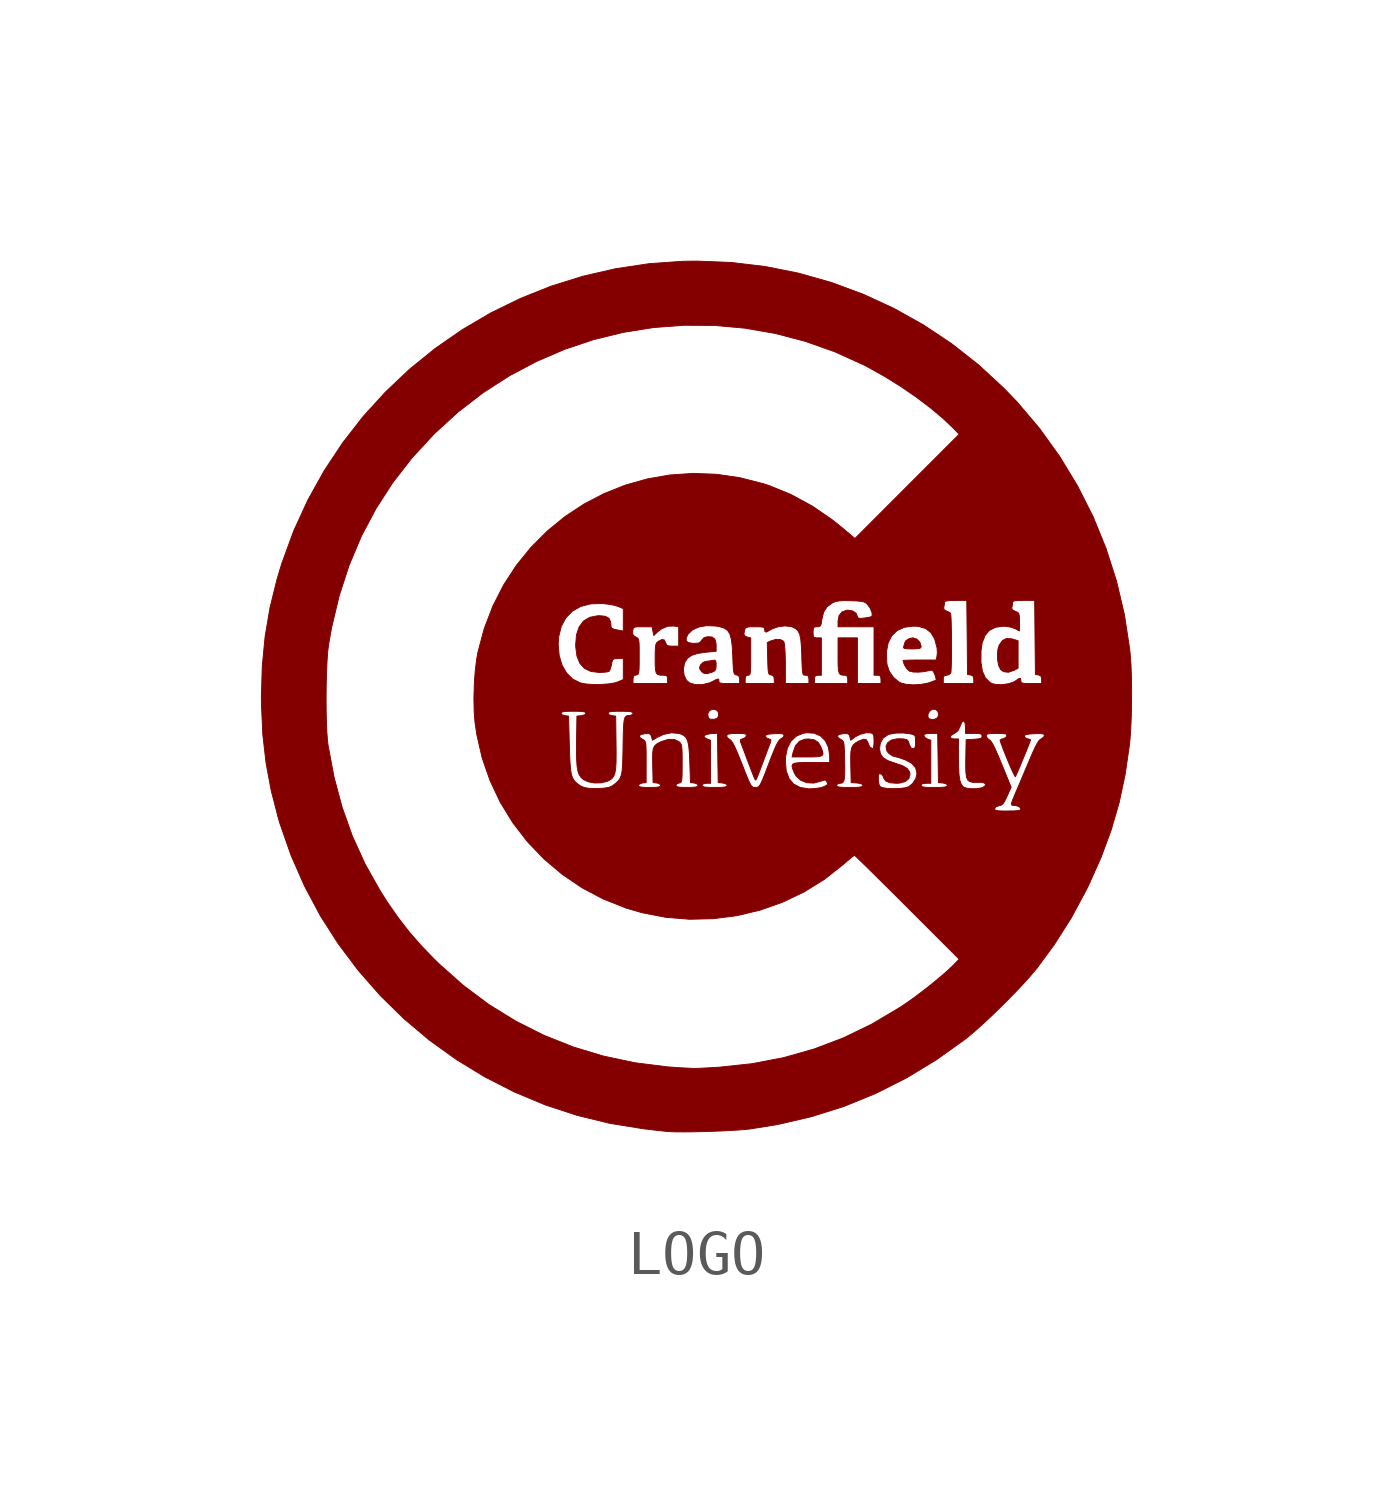
<source format=kicad_sym>
(kicad_symbol_lib
  (version 20220914)
  (generator "bitmap2component")
  (generator_version "8.0")
  (symbol "LOGO"
    (pin_names
      (offset 1.016))
    (property "Reference" "#G"
      (at 0 9.335 0)
      (effects (font (size 1.27 1.27)) hide))
    (symbol "LOGO_0_0"
      (polyline (pts (xy -0.07 -9.989) (xy 0.173 -9.983) (xy 0.422 -9.975) (xy 0.665 -9.965) (xy 0.888 -9.952) (xy 1.078 -9.938) (xy 1.222 -9.924) (xy 1.859 -9.821) (xy 2.634 -9.641) (xy 3.383 -9.404) (xy 4.109 -9.107) (xy 4.812 -8.752) (xy 5.495 -8.337) (xy 6.16 -7.862) (xy 6.209 -7.823) (xy 6.389 -7.671) (xy 6.595 -7.485) (xy 6.818 -7.275) (xy 7.046 -7.052) (xy 7.269 -6.826) (xy 7.476 -6.608) (xy 7.655 -6.409) (xy 7.798 -6.239) (xy 8.197 -5.696) (xy 8.591 -5.075) (xy 8.938 -4.429) (xy 8.985 -4.333) (xy 9.269 -3.697) (xy 9.5 -3.072) (xy 9.683 -2.442) (xy 9.821 -1.793) (xy 9.92 -1.111) (xy 9.931 -1.002) (xy 9.949 -0.75) (xy 9.961 -0.461) (xy 9.967 -0.151) (xy 9.968 0.162) (xy 9.964 0.462) (xy 9.953 0.733) (xy 9.936 0.957) (xy 9.923 1.082) (xy 9.803 1.866) (xy 9.622 2.635) (xy 9.381 3.386) (xy 9.084 4.114) (xy 8.729 4.816) (xy 8.32 5.49) (xy 7.859 6.132) (xy 7.345 6.738) (xy 7.044 7.051) (xy 6.464 7.587) (xy 5.848 8.072) (xy 5.199 8.505) (xy 4.52 8.885) (xy 3.814 9.21) (xy 3.085 9.48) (xy 2.336 9.692) (xy 1.57 9.845) (xy 0.79 9.938) (xy 0 9.969) (xy -0.308 9.965) (xy -1.09 9.91) (xy -1.857 9.795) (xy -2.606 9.623) (xy -3.336 9.395) (xy -4.042 9.113) (xy -4.723 8.78) (xy -5.375 8.396) (xy -5.997 7.965) (xy -6.584 7.489) (xy -7.134 6.968) (xy -7.645 6.407) (xy -8.114 5.805) (xy -8.537 5.166) (xy -8.913 4.491) (xy -9.238 3.783) (xy -9.509 3.043) (xy -9.62 2.676) (xy -9.781 2.022) (xy -9.893 1.362) (xy -9.958 0.682) (xy -9.978 -0.015) (xy -8.495 -0.015) (xy -8.492 0.274) (xy -8.484 0.552) (xy -8.473 0.806) (xy -8.457 1.023) (xy -8.436 1.191) (xy -8.37 1.562) (xy -8.195 2.296) (xy -7.968 2.995) (xy -7.688 3.66) (xy -7.354 4.291) (xy -6.967 4.891) (xy -6.524 5.46) (xy -6.027 5.999) (xy -6.006 6.02) (xy -5.467 6.512) (xy -4.896 6.952) (xy -4.296 7.338) (xy -3.671 7.669) (xy -3.025 7.947) (xy -2.361 8.169) (xy -1.683 8.335) (xy -0.994 8.445) (xy -0.298 8.498) (xy 0.401 8.494) (xy 1.1 8.432) (xy 1.796 8.311) (xy 2.485 8.13) (xy 3.162 7.891) (xy 3.826 7.59) (xy 3.951 7.525) (xy 4.31 7.323) (xy 4.67 7.099) (xy 5.019 6.86) (xy 5.343 6.616) (xy 5.632 6.375) (xy 5.873 6.147) (xy 6.015 6) (xy 4.82 4.805) (xy 3.626 3.61) (xy 3.345 3.848) (xy 3.114 4.034) (xy 2.647 4.355) (xy 2.16 4.619) (xy 1.659 4.824) (xy 1.534 4.865) (xy 0.992 5.004) (xy 0.45 5.083) (xy -0.088 5.103) (xy -0.618 5.066) (xy -1.136 4.976) (xy -1.64 4.833) (xy -2.124 4.64) (xy -2.586 4.399) (xy -3.021 4.112) (xy -3.426 3.781) (xy -3.797 3.409) (xy -4.131 2.998) (xy -4.424 2.549) (xy -4.671 2.065) (xy -4.87 1.548) (xy -4.969 1.177) (xy -3.175 1.177) (xy -3.164 1.355) (xy -3.105 1.594) (xy -3 1.791) (xy -2.85 1.945) (xy -2.658 2.053) (xy -2.428 2.112) (xy -2.162 2.119) (xy -2.158 2.119) (xy -2.021 2.104) (xy -1.893 2.08) (xy -1.801 2.053) (xy -1.683 2.003) (xy -1.683 1.746) (xy -1.683 1.492) (xy -1.467 1.492) (xy -1.463 1.52) (xy -1.45 1.559) (xy -1.418 1.579) (xy -1.352 1.587) (xy -1.239 1.587) (xy -1.024 1.587) (xy -1.004 1.487) (xy -0.984 1.386) (xy -0.897 1.469) (xy -0.809 1.538) (xy -0.663 1.6) (xy -0.516 1.604) (xy -0.413 1.585) (xy -0.413 1.364) (xy -0.413 1.143) (xy -0.552 1.143) (xy -0.566 1.143) (xy -0.649 1.149) (xy -0.691 1.172) (xy -0.712 1.222) (xy -0.743 1.286) (xy -0.798 1.296) (xy -0.882 1.252) (xy -0.891 1.246) (xy -0.919 1.218) (xy -0.937 1.179) (xy -0.947 1.114) (xy -0.952 1.012) (xy -0.953 0.859) (xy -0.952 0.713) (xy -0.946 0.607) (xy -0.306 0.607) (xy -0.282 0.746) (xy -0.274 0.767) (xy -0.214 0.862) (xy -0.119 0.93) (xy 0.021 0.976) (xy 0.215 1.004) (xy 0.445 1.025) (xy 0.445 1.16) (xy 0.443 1.207) (xy 0.416 1.304) (xy 0.353 1.353) (xy 0.248 1.359) (xy 0.167 1.338) (xy 0.112 1.278) (xy 0.092 1.245) (xy 0.043 1.215) (xy -0.047 1.207) (xy -0.103 1.209) (xy -0.199 1.227) (xy -0.242 1.269) (xy -0.238 1.337) (xy -0.198 1.419) (xy -0.097 1.515) (xy 0.048 1.581) (xy 0.225 1.612) (xy 0.426 1.605) (xy 0.525 1.589) (xy 0.63 1.556) (xy 0.707 1.504) (xy 0.756 1.428) (xy 1.082 1.428) (xy 1.099 1.516) (xy 1.101 1.522) (xy 1.118 1.557) (xy 1.153 1.577) (xy 1.221 1.586) (xy 1.337 1.587) (xy 1.349 1.587) (xy 1.46 1.585) (xy 1.522 1.577) (xy 1.55 1.558) (xy 1.556 1.524) (xy 1.565 1.474) (xy 1.6 1.466) (xy 1.671 1.506) (xy 1.725 1.538) (xy 1.868 1.587) (xy 2.022 1.607) (xy 2.158 1.592) (xy 2.197 1.579) (xy 2.27 1.543) (xy 2.324 1.491) (xy 2.338 1.46) (xy 2.667 1.46) (xy 2.667 1.484) (xy 2.674 1.554) (xy 2.7 1.582) (xy 2.758 1.587) (xy 2.8 1.59) (xy 2.835 1.608) (xy 2.854 1.657) (xy 2.868 1.754) (xy 2.869 1.757) (xy 2.909 1.923) (xy 2.988 2.046) (xy 3.114 2.137) (xy 3.18 2.164) (xy 3.261 2.18) (xy 3.373 2.187) (xy 3.531 2.184) (xy 3.656 2.18) (xy 3.76 2.171) (xy 3.829 2.157) (xy 3.876 2.133) (xy 3.917 2.095) (xy 3.977 2.011) (xy 4.015 1.917) (xy 4.019 1.897) (xy 4.022 1.842) (xy 3.992 1.815) (xy 3.915 1.799) (xy 3.833 1.786) (xy 3.742 1.78) (xy 3.696 1.792) (xy 3.683 1.823) (xy 3.683 1.825) (xy 3.653 1.897) (xy 3.578 1.949) (xy 3.474 1.968) (xy 3.439 1.967) (xy 3.33 1.928) (xy 3.262 1.843) (xy 3.239 1.714) (xy 3.239 1.587) (xy 3.651 1.587) (xy 4.064 1.587) (xy 4.064 1.032) (xy 4.064 1.01) (xy 4.349 1.01) (xy 4.387 1.216) (xy 4.47 1.381) (xy 4.595 1.501) (xy 4.762 1.576) (xy 4.969 1.602) (xy 5.084 1.595) (xy 5.246 1.547) (xy 5.369 1.451) (xy 5.455 1.305) (xy 5.508 1.105) (xy 5.509 1.098) (xy 5.515 0.994) (xy 5.506 0.907) (xy 5.486 0.826) (xy 5.108 0.826) (xy 5.107 0.826) (xy 4.961 0.825) (xy 4.841 0.822) (xy 4.76 0.819) (xy 4.731 0.814) (xy 4.732 0.798) (xy 4.761 0.713) (xy 4.815 0.627) (xy 4.874 0.572) (xy 4.878 0.57) (xy 4.962 0.55) (xy 5.084 0.547) (xy 5.221 0.56) (xy 5.351 0.588) (xy 5.385 0.593) (xy 5.423 0.567) (xy 5.457 0.492) (xy 5.465 0.469) (xy 5.485 0.399) (xy 5.487 0.381) (xy 5.652 0.381) (xy 5.653 0.42) (xy 5.673 0.465) (xy 5.728 0.476) (xy 5.779 0.487) (xy 5.823 0.526) (xy 5.828 0.555) (xy 5.833 0.64) (xy 5.838 0.767) (xy 5.84 0.925) (xy 5.841 1.101) (xy 5.841 1.284) (xy 5.839 1.462) (xy 5.835 1.624) (xy 5.831 1.758) (xy 5.825 1.851) (xy 5.818 1.893) (xy 5.787 1.92) (xy 5.72 1.952) (xy 5.717 1.952) (xy 5.665 1.985) (xy 5.664 2.043) (xy 5.675 2.089) (xy 5.683 2.151) (xy 5.684 2.157) (xy 5.716 2.176) (xy 5.798 2.187) (xy 5.937 2.191) (xy 6.19 2.191) (xy 6.199 1.341) (xy 6.204 0.774) (xy 6.515 0.774) (xy 6.516 1.031) (xy 6.541 1.212) (xy 6.606 1.383) (xy 6.709 1.504) (xy 6.851 1.576) (xy 7.033 1.599) (xy 7.074 1.598) (xy 7.196 1.579) (xy 7.295 1.545) (xy 7.398 1.491) (xy 7.398 1.7) (xy 7.398 1.744) (xy 7.394 1.839) (xy 7.382 1.892) (xy 7.353 1.921) (xy 7.301 1.942) (xy 7.233 1.978) (xy 7.221 2.023) (xy 7.23 2.053) (xy 7.239 2.13) (xy 7.24 2.143) (xy 7.252 2.169) (xy 7.29 2.183) (xy 7.366 2.189) (xy 7.492 2.191) (xy 7.746 2.191) (xy 7.754 1.341) (xy 7.763 0.492) (xy 7.834 0.482) (xy 7.849 0.479) (xy 7.894 0.45) (xy 7.906 0.379) (xy 7.906 0.286) (xy 7.668 0.286) (xy 7.625 0.286) (xy 7.52 0.289) (xy 7.461 0.298) (xy 7.435 0.317) (xy 7.429 0.349) (xy 7.428 0.381) (xy 7.415 0.408) (xy 7.377 0.396) (xy 7.301 0.343) (xy 7.268 0.323) (xy 7.154 0.284) (xy 7.016 0.263) (xy 6.881 0.261) (xy 6.776 0.283) (xy 6.721 0.312) (xy 6.617 0.416) (xy 6.548 0.57) (xy 6.515 0.774) (xy 6.204 0.774) (xy 6.207 0.492) (xy 6.279 0.482) (xy 6.293 0.479) (xy 6.338 0.45) (xy 6.35 0.379) (xy 6.35 0.286) (xy 6.001 0.286) (xy 5.652 0.286) (xy 5.652 0.381) (xy 5.487 0.381) (xy 5.488 0.366) (xy 5.474 0.359) (xy 5.414 0.336) (xy 5.325 0.305) (xy 5.273 0.29) (xy 5.119 0.264) (xy 4.953 0.257) (xy 4.8 0.268) (xy 4.683 0.298) (xy 4.637 0.322) (xy 4.511 0.426) (xy 4.415 0.564) (xy 4.364 0.714) (xy 4.357 0.765) (xy 4.349 1.01) (xy 4.064 1.01) (xy 4.064 0.476) (xy 4.143 0.476) (xy 4.178 0.474) (xy 4.214 0.449) (xy 4.223 0.381) (xy 4.223 0.286) (xy 3.953 0.286) (xy 3.683 0.286) (xy 3.683 0.81) (xy 3.683 1.333) (xy 3.461 1.333) (xy 3.239 1.333) (xy 3.239 0.924) (xy 3.239 0.864) (xy 3.24 0.705) (xy 3.248 0.597) (xy 3.264 0.529) (xy 3.292 0.493) (xy 3.336 0.479) (xy 3.4 0.476) (xy 3.413 0.476) (xy 3.45 0.451) (xy 3.461 0.381) (xy 3.461 0.286) (xy 3.08 0.286) (xy 2.699 0.286) (xy 2.699 0.381) (xy 2.701 0.422) (xy 2.721 0.466) (xy 2.778 0.476) (xy 2.857 0.476) (xy 2.857 0.905) (xy 2.857 1.333) (xy 2.762 1.333) (xy 2.742 1.334) (xy 2.691 1.343) (xy 2.671 1.379) (xy 2.667 1.46) (xy 2.338 1.46) (xy 2.361 1.413) (xy 2.385 1.299) (xy 2.399 1.141) (xy 2.408 0.929) (xy 2.41 0.826) (xy 2.416 0.679) (xy 2.422 0.58) (xy 2.431 0.52) (xy 2.445 0.489) (xy 2.466 0.478) (xy 2.496 0.476) (xy 2.527 0.474) (xy 2.563 0.449) (xy 2.572 0.381) (xy 2.572 0.286) (xy 2.302 0.286) (xy 2.032 0.286) (xy 2.032 0.732) (xy 2.032 0.779) (xy 2.028 0.943) (xy 2.021 1.083) (xy 2.011 1.187) (xy 1.999 1.24) (xy 1.987 1.258) (xy 1.916 1.296) (xy 1.814 1.298) (xy 1.699 1.264) (xy 1.617 1.227) (xy 1.626 0.86) (xy 1.629 0.748) (xy 1.634 0.627) (xy 1.642 0.551) (xy 1.655 0.509) (xy 1.676 0.489) (xy 1.707 0.482) (xy 1.722 0.479) (xy 1.766 0.45) (xy 1.778 0.379) (xy 1.778 0.286) (xy 1.445 0.286) (xy 1.111 0.286) (xy 1.111 0.381) (xy 1.112 0.406) (xy 1.128 0.461) (xy 1.175 0.476) (xy 1.176 0.476) (xy 1.201 0.48) (xy 1.218 0.497) (xy 1.229 0.539) (xy 1.235 0.614) (xy 1.238 0.732) (xy 1.238 0.904) (xy 1.238 1.332) (xy 1.159 1.352) (xy 1.149 1.355) (xy 1.097 1.38) (xy 1.082 1.428) (xy 0.756 1.428) (xy 0.759 1.423) (xy 0.793 1.304) (xy 0.814 1.14) (xy 0.826 0.921) (xy 0.827 0.89) (xy 0.833 0.727) (xy 0.84 0.616) (xy 0.85 0.545) (xy 0.864 0.507) (xy 0.884 0.489) (xy 0.913 0.482) (xy 0.928 0.479) (xy 0.972 0.45) (xy 0.984 0.379) (xy 0.984 0.286) (xy 0.746 0.286) (xy 0.707 0.286) (xy 0.6 0.289) (xy 0.54 0.298) (xy 0.514 0.316) (xy 0.508 0.348) (xy 0.506 0.379) (xy 0.49 0.391) (xy 0.446 0.377) (xy 0.36 0.333) (xy 0.3 0.304) (xy 0.135 0.262) (xy -0.027 0.261) (xy -0.166 0.303) (xy -0.234 0.362) (xy -0.288 0.473) (xy -0.306 0.607) (xy -0.946 0.607) (xy -0.945 0.6) (xy -0.928 0.53) (xy -0.895 0.493) (xy -0.841 0.479) (xy -0.759 0.476) (xy -0.712 0.473) (xy -0.675 0.449) (xy -0.667 0.381) (xy -0.667 0.286) (xy -1.064 0.286) (xy -1.46 0.286) (xy -1.46 0.379) (xy -1.46 0.398) (xy -1.442 0.459) (xy -1.389 0.482) (xy -1.386 0.482) (xy -1.357 0.49) (xy -1.338 0.508) (xy -1.327 0.548) (xy -1.321 0.621) (xy -1.318 0.736) (xy -1.318 0.904) (xy -1.318 0.95) (xy -1.318 1.104) (xy -1.321 1.21) (xy -1.329 1.276) (xy -1.343 1.315) (xy -1.366 1.338) (xy -1.4 1.356) (xy -1.428 1.371) (xy -1.467 1.416) (xy -1.467 1.492) (xy -1.683 1.492) (xy -1.683 1.489) (xy -1.802 1.511) (xy -1.885 1.528) (xy -1.942 1.55) (xy -1.964 1.586) (xy -1.968 1.651) (xy -1.972 1.694) (xy -2.008 1.779) (xy -2.092 1.827) (xy -2.226 1.841) (xy -2.271 1.84) (xy -2.452 1.804) (xy -2.594 1.719) (xy -2.695 1.585) (xy -2.756 1.403) (xy -2.775 1.175) (xy -2.774 1.132) (xy -2.746 0.916) (xy -2.679 0.75) (xy -2.573 0.633) (xy -2.426 0.563) (xy -2.238 0.54) (xy -2.152 0.543) (xy -2.061 0.551) (xy -2.012 0.564) (xy -2.003 0.574) (xy -1.975 0.634) (xy -1.954 0.722) (xy -1.945 0.772) (xy -1.925 0.831) (xy -1.885 0.854) (xy -1.807 0.857) (xy -1.683 0.857) (xy -1.683 0.618) (xy -1.683 0.378) (xy -1.802 0.326) (xy -1.883 0.301) (xy -2.03 0.277) (xy -2.204 0.265) (xy -2.382 0.264) (xy -2.545 0.277) (xy -2.671 0.302) (xy -2.671 0.302) (xy -2.842 0.389) (xy -2.982 0.527) (xy -3.087 0.708) (xy -3.152 0.927) (xy -3.175 1.177) (xy -4.969 1.177) (xy -5.016 1) (xy -5.043 0.851) (xy -5.077 0.575) (xy -5.098 0.271) (xy -5.107 -0.041) (xy -5.102 -0.34) (xy -5.098 -0.395) (xy -3.111 -0.395) (xy -3.099 -0.372) (xy -3.054 -0.358) (xy -2.966 -0.351) (xy -2.826 -0.349) (xy -2.686 -0.351) (xy -2.598 -0.358) (xy -2.553 -0.372) (xy -2.54 -0.395) (xy -2.566 -0.43) (xy -2.643 -0.45) (xy -2.746 -0.46) (xy -2.755 -1.035) (xy -2.757 -1.255) (xy -2.753 -1.454) (xy -2.743 -1.606) (xy -2.724 -1.72) (xy -2.694 -1.803) (xy -2.652 -1.865) (xy -2.597 -1.915) (xy -2.597 -1.915) (xy -2.485 -1.967) (xy -2.341 -1.993) (xy -2.189 -1.99) (xy -2.057 -1.958) (xy -2.001 -1.932) (xy -1.946 -1.894) (xy -1.905 -1.843) (xy -1.876 -1.769) (xy -1.858 -1.665) (xy -1.849 -1.522) (xy -1.847 -1.332) (xy -1.849 -1.088) (xy -1.857 -0.46) (xy -1.945 -0.45) (xy -2.004 -0.432) (xy -2.032 -0.395) (xy -2.019 -0.372) (xy -1.975 -0.358) (xy -1.887 -0.351) (xy -1.746 -0.349) (xy -1.726 -0.349) (xy -1.593 -0.352) (xy -1.512 -0.359) (xy -1.472 -0.374) (xy -1.46 -0.397) (xy -1.473 -0.424) (xy 0.254 -0.424) (xy 0.256 -0.404) (xy 0.293 -0.335) (xy 0.363 -0.303) (xy 0.446 -0.319) (xy 0.491 -0.359) (xy 0.502 -0.439) (xy 0.497 -0.467) (xy 0.488 -0.482) (xy 5.301 -0.482) (xy 5.302 -0.412) (xy 5.34 -0.347) (xy 5.402 -0.304) (xy 5.473 -0.305) (xy 5.525 -0.35) (xy 5.546 -0.424) (xy 5.523 -0.494) (xy 5.52 -0.497) (xy 5.458 -0.531) (xy 5.381 -0.539) (xy 5.323 -0.518) (xy 5.301 -0.482) (xy 0.488 -0.482) (xy 0.467 -0.515) (xy 0.396 -0.533) (xy 0.311 -0.532) (xy 0.266 -0.5) (xy 0.254 -0.424) (xy -1.473 -0.424) (xy -1.474 -0.426) (xy -1.532 -0.445) (xy -1.578 -0.447) (xy -1.615 -0.458) (xy -1.641 -0.486) (xy -1.66 -0.539) (xy -1.672 -0.623) (xy -1.68 -0.748) (xy -1.685 -0.921) (xy -1.689 -1.149) (xy -1.689 -1.184) (xy -1.694 -1.411) (xy -1.7 -1.586) (xy -1.711 -1.717) (xy -1.729 -1.813) (xy -1.756 -1.885) (xy -1.795 -1.942) (xy -1.848 -1.992) (xy -1.917 -2.046) (xy -1.923 -2.05) (xy -1.333 -2.05) (xy -1.312 -2.017) (xy -1.246 -1.994) (xy -1.159 -1.984) (xy -1.159 -1.509) (xy -1.159 -1.375) (xy -1.16 -1.23) (xy -1.164 -1.132) (xy -1.172 -1.07) (xy -1.186 -1.033) (xy -1.208 -1.011) (xy -1.238 -0.994) (xy -1.292 -0.96) (xy -1.316 -0.916) (xy -1.28 -0.882) (xy -1.187 -0.864) (xy -1.175 -0.863) (xy -1.095 -0.863) (xy -1.056 -0.883) (xy -1.035 -0.934) (xy -1.015 -1.014) (xy -0.904 -0.948) (xy -0.765 -0.882) (xy -0.582 -0.843) (xy -0.41 -0.858) (xy -0.361 -0.873) (xy -0.292 -0.907) (xy -0.241 -0.958) (xy -0.206 -1.036) (xy -0.183 -1.15) (xy -0.168 -1.309) (xy -0.159 -1.522) (xy -0.143 -1.984) (xy -0.056 -1.994) (xy 0.004 -2.013) (xy 0.03 -2.048) (xy 0.127 -2.048) (xy 0.147 -2.014) (xy 0.222 -2) (xy 0.318 -2) (xy 0.318 -1.507) (xy 0.318 -1.014) (xy 0.235 -0.983) (xy 0.234 -0.982) (xy 0.174 -0.946) (xy 0.173 -0.909) (xy 0.226 -0.88) (xy 0.327 -0.863) (xy 0.475 -0.854) (xy 0.476 -0.904) (xy 0.687 -0.904) (xy 0.69 -0.899) (xy 0.724 -0.874) (xy 0.799 -0.861) (xy 0.926 -0.857) (xy 1.041 -0.859) (xy 1.107 -0.867) (xy 1.135 -0.883) (xy 1.137 -0.913) (xy 1.115 -0.95) (xy 1.053 -0.979) (xy 1.001 -0.999) (xy 1 -1.042) (xy 1.001 -1.044) (xy 1.022 -1.097) (xy 1.059 -1.196) (xy 1.108 -1.325) (xy 1.163 -1.474) (xy 1.168 -1.487) (xy 1.224 -1.633) (xy 1.272 -1.759) (xy 1.31 -1.852) (xy 1.33 -1.898) (xy 1.337 -1.91) (xy 1.345 -1.924) (xy 1.354 -1.925) (xy 1.368 -1.905) (xy 1.389 -1.856) (xy 1.423 -1.771) (xy 1.472 -1.641) (xy 1.54 -1.46) (xy 1.54 -1.46) (xy 1.595 -1.314) (xy 1.643 -1.187) (xy 1.679 -1.092) (xy 1.698 -1.042) (xy 1.698 -0.999) (xy 1.645 -0.979) (xy 1.599 -0.961) (xy 1.572 -0.921) (xy 1.573 -0.911) (xy 1.599 -0.887) (xy 1.666 -0.872) (xy 1.786 -0.864) (xy 1.869 -0.861) (xy 1.95 -0.864) (xy 1.99 -0.878) (xy 2 -0.904) (xy 1.984 -0.942) (xy 1.929 -0.982) (xy 1.912 -0.991) (xy 1.879 -1.028) (xy 1.84 -1.094) (xy 1.791 -1.199) (xy 1.73 -1.349) (xy 1.671 -1.499) (xy 2.032 -1.499) (xy 2.036 -1.399) (xy 2.077 -1.196) (xy 2.16 -1.035) (xy 2.283 -0.92) (xy 2.442 -0.854) (xy 2.521 -0.842) (xy 2.693 -0.852) (xy 2.838 -0.916) (xy 2.949 -1.028) (xy 3.021 -1.182) (xy 3.047 -1.373) (xy 3.048 -1.524) (xy 2.619 -1.524) (xy 2.479 -1.524) (xy 2.337 -1.528) (xy 2.245 -1.54) (xy 2.197 -1.565) (xy 2.184 -1.607) (xy 2.2 -1.671) (xy 2.236 -1.762) (xy 2.278 -1.835) (xy 2.384 -1.932) (xy 2.522 -1.987) (xy 2.679 -1.996) (xy 2.842 -1.954) (xy 2.853 -1.95) (xy 2.922 -1.926) (xy 2.959 -1.932) (xy 2.986 -1.971) (xy 3 -2.013) (xy 2.979 -2.046) (xy 2.974 -2.048) (xy 3.207 -2.048) (xy 3.222 -2.017) (xy 3.285 -2) (xy 3.307 -1.999) (xy 3.344 -1.987) (xy 3.369 -1.954) (xy 3.385 -1.892) (xy 3.392 -1.792) (xy 3.394 -1.646) (xy 3.39 -1.446) (xy 3.39 -1.425) (xy 3.386 -1.262) (xy 3.38 -1.151) (xy 3.372 -1.08) (xy 3.357 -1.038) (xy 3.334 -1.013) (xy 3.302 -0.994) (xy 3.247 -0.959) (xy 3.224 -0.915) (xy 3.262 -0.882) (xy 3.357 -0.863) (xy 3.375 -0.862) (xy 3.453 -0.863) (xy 3.491 -0.884) (xy 3.511 -0.934) (xy 3.531 -1.015) (xy 3.611 -0.953) (xy 3.641 -0.931) (xy 3.759 -0.874) (xy 3.885 -0.843) (xy 3.991 -0.846) (xy 4.016 -0.854) (xy 4.047 -0.88) (xy 4.061 -0.934) (xy 4.064 -1.035) (xy 4.062 -1.104) (xy 4.053 -1.178) (xy 4.04 -1.206) (xy 4.028 -1.205) (xy 3.966 -1.164) (xy 3.925 -1.071) (xy 3.921 -1.056) (xy 3.885 -0.998) (xy 3.821 -0.99) (xy 3.721 -1.029) (xy 3.713 -1.033) (xy 3.636 -1.077) (xy 3.584 -1.125) (xy 3.551 -1.189) (xy 3.534 -1.279) (xy 3.529 -1.409) (xy 3.531 -1.591) (xy 3.538 -1.893) (xy 4.163 -1.893) (xy 4.164 -1.817) (xy 4.179 -1.785) (xy 4.213 -1.784) (xy 4.247 -1.801) (xy 4.281 -1.858) (xy 4.287 -1.883) (xy 4.334 -1.95) (xy 4.427 -1.988) (xy 4.572 -2) (xy 4.651 -1.996) (xy 4.781 -1.961) (xy 4.862 -1.893) (xy 4.889 -1.794) (xy 4.881 -1.742) (xy 4.827 -1.663) (xy 4.717 -1.596) (xy 4.548 -1.539) (xy 4.536 -1.535) (xy 4.374 -1.478) (xy 4.267 -1.409) (xy 4.209 -1.321) (xy 4.191 -1.207) (xy 4.208 -1.082) (xy 4.273 -0.964) (xy 4.388 -0.886) (xy 4.424 -0.874) (xy 4.565 -0.85) (xy 4.731 -0.847) (xy 4.897 -0.868) (xy 4.959 -0.882) (xy 4.999 -0.906) (xy 5.014 -0.955) (xy 5.016 -1.049) (xy 5.016 -1.077) (xy 5.011 -1.159) (xy 4.992 -1.197) (xy 4.955 -1.206) (xy 4.907 -1.186) (xy 4.874 -1.112) (xy 4.872 -1.105) (xy 4.851 -1.037) (xy 4.815 -1) (xy 4.748 -0.984) (xy 4.635 -0.979) (xy 4.587 -0.981) (xy 4.46 -1.01) (xy 4.375 -1.071) (xy 4.338 -1.156) (xy 4.358 -1.258) (xy 4.407 -1.319) (xy 4.49 -1.374) (xy 4.572 -1.397) (xy 4.602 -1.403) (xy 4.678 -1.427) (xy 4.778 -1.463) (xy 4.788 -1.467) (xy 4.933 -1.546) (xy 5.02 -1.65) (xy 5.048 -1.778) (xy 5.048 -1.778) (xy 5.021 -1.893) (xy 4.952 -2.002) (xy 4.897 -2.048) (xy 5.144 -2.048) (xy 5.144 -2.043) (xy 5.172 -2.01) (xy 5.255 -2) (xy 5.366 -2) (xy 5.366 -1.507) (xy 5.366 -1.014) (xy 5.286 -0.984) (xy 5.234 -0.952) (xy 5.207 -0.906) (xy 5.218 -0.88) (xy 5.266 -0.862) (xy 5.365 -0.857) (xy 5.523 -0.857) (xy 5.524 -0.946) (xy 5.812 -0.946) (xy 5.832 -0.902) (xy 5.905 -0.857) (xy 5.913 -0.854) (xy 5.99 -0.796) (xy 6.037 -0.695) (xy 6.044 -0.673) (xy 6.084 -0.592) (xy 6.121 -0.572) (xy 6.149 -0.614) (xy 6.16 -0.714) (xy 6.16 -0.857) (xy 6.35 -0.857) (xy 6.431 -0.858) (xy 6.501 -0.866) (xy 6.533 -0.884) (xy 6.539 -0.913) (xy 6.636 -0.913) (xy 6.636 -0.91) (xy 6.645 -0.882) (xy 6.68 -0.867) (xy 6.753 -0.859) (xy 6.876 -0.857) (xy 6.902 -0.857) (xy 7.015 -0.86) (xy 7.078 -0.868) (xy 7.104 -0.884) (xy 7.106 -0.913) (xy 7.085 -0.949) (xy 7.024 -0.979) (xy 6.98 -0.989) (xy 6.953 -1.007) (xy 6.953 -1.01) (xy 6.967 -1.06) (xy 6.999 -1.15) (xy 7.044 -1.268) (xy 7.097 -1.399) (xy 7.153 -1.534) (xy 7.207 -1.659) (xy 7.253 -1.761) (xy 7.287 -1.829) (xy 7.303 -1.85) (xy 7.318 -1.823) (xy 7.352 -1.747) (xy 7.399 -1.637) (xy 7.453 -1.507) (xy 7.51 -1.369) (xy 7.564 -1.237) (xy 7.609 -1.123) (xy 7.64 -1.041) (xy 7.652 -1.005) (xy 7.636 -0.992) (xy 7.58 -0.979) (xy 7.536 -0.962) (xy 7.509 -0.921) (xy 7.512 -0.907) (xy 7.543 -0.885) (xy 7.615 -0.872) (xy 7.739 -0.864) (xy 7.842 -0.861) (xy 7.921 -0.865) (xy 7.959 -0.878) (xy 7.969 -0.904) (xy 7.951 -0.943) (xy 7.894 -0.983) (xy 7.889 -0.985) (xy 7.853 -1.012) (xy 7.813 -1.068) (xy 7.764 -1.159) (xy 7.701 -1.295) (xy 7.621 -1.482) (xy 7.593 -1.549) (xy 7.513 -1.737) (xy 7.436 -1.921) (xy 7.367 -2.083) (xy 7.315 -2.204) (xy 7.289 -2.265) (xy 7.242 -2.38) (xy 7.217 -2.452) (xy 7.215 -2.49) (xy 7.232 -2.505) (xy 7.268 -2.508) (xy 7.324 -2.513) (xy 7.401 -2.542) (xy 7.429 -2.591) (xy 7.429 -2.592) (xy 7.414 -2.613) (xy 7.365 -2.626) (xy 7.272 -2.633) (xy 7.125 -2.635) (xy 7.011 -2.635) (xy 6.912 -2.631) (xy 6.856 -2.622) (xy 6.833 -2.606) (xy 6.832 -2.58) (xy 6.858 -2.541) (xy 6.932 -2.514) (xy 6.974 -2.504) (xy 7.018 -2.473) (xy 7.061 -2.408) (xy 7.114 -2.297) (xy 7.207 -2.091) (xy 6.991 -1.561) (xy 6.91 -1.366) (xy 6.839 -1.208) (xy 6.784 -1.098) (xy 6.74 -1.031) (xy 6.705 -1) (xy 6.662 -0.969) (xy 6.636 -0.913) (xy 6.539 -0.913) (xy 6.54 -0.919) (xy 6.538 -0.94) (xy 6.518 -0.967) (xy 6.462 -0.982) (xy 6.358 -0.991) (xy 6.175 -1) (xy 6.167 -1.413) (xy 6.165 -1.591) (xy 6.169 -1.747) (xy 6.183 -1.856) (xy 6.212 -1.925) (xy 6.258 -1.962) (xy 6.327 -1.978) (xy 6.42 -1.978) (xy 6.513 -1.978) (xy 6.586 -1.991) (xy 6.617 -2.019) (xy 6.612 -2.057) (xy 6.554 -2.096) (xy 6.523 -2.106) (xy 6.416 -2.123) (xy 6.296 -2.125) (xy 6.189 -2.113) (xy 6.119 -2.087) (xy 6.099 -2.07) (xy 6.059 -2.013) (xy 6.031 -1.93) (xy 6.013 -1.81) (xy 6.004 -1.645) (xy 6.001 -1.427) (xy 6.001 -0.984) (xy 5.905 -0.984) (xy 5.847 -0.977) (xy 5.812 -0.946) (xy 5.524 -0.946) (xy 5.532 -1.421) (xy 5.54 -1.984) (xy 5.644 -1.994) (xy 5.718 -2.013) (xy 5.747 -2.05) (xy 5.747 -2.053) (xy 5.731 -2.074) (xy 5.682 -2.087) (xy 5.59 -2.094) (xy 5.445 -2.095) (xy 5.401 -2.095) (xy 5.273 -2.093) (xy 5.194 -2.085) (xy 5.154 -2.071) (xy 5.144 -2.048) (xy 4.897 -2.048) (xy 4.859 -2.079) (xy 4.775 -2.104) (xy 4.649 -2.119) (xy 4.506 -2.124) (xy 4.367 -2.118) (xy 4.255 -2.099) (xy 4.243 -2.095) (xy 4.199 -2.07) (xy 4.176 -2.02) (xy 4.165 -1.925) (xy 4.163 -1.893) (xy 3.538 -1.893) (xy 3.54 -1.984) (xy 3.675 -1.994) (xy 3.696 -1.996) (xy 3.782 -2.015) (xy 3.81 -2.05) (xy 3.81 -2.053) (xy 3.794 -2.074) (xy 3.745 -2.087) (xy 3.653 -2.094) (xy 3.508 -2.095) (xy 3.465 -2.095) (xy 3.336 -2.093) (xy 3.257 -2.085) (xy 3.217 -2.071) (xy 3.207 -2.048) (xy 2.974 -2.048) (xy 2.908 -2.08) (xy 2.844 -2.1) (xy 2.724 -2.119) (xy 2.597 -2.127) (xy 2.562 -2.126) (xy 2.371 -2.095) (xy 2.222 -2.017) (xy 2.116 -1.892) (xy 2.053 -1.719) (xy 2.032 -1.499) (xy 1.671 -1.499) (xy 1.651 -1.552) (xy 1.621 -1.63) (xy 1.556 -1.801) (xy 1.506 -1.924) (xy 1.468 -2.007) (xy 1.438 -2.057) (xy 1.411 -2.083) (xy 1.382 -2.093) (xy 1.347 -2.095) (xy 1.335 -2.095) (xy 1.302 -2.092) (xy 1.273 -2.078) (xy 1.245 -2.045) (xy 1.212 -1.985) (xy 1.17 -1.891) (xy 1.114 -1.753) (xy 1.04 -1.564) (xy 0.989 -1.436) (xy 0.92 -1.269) (xy 0.866 -1.149) (xy 0.822 -1.067) (xy 0.785 -1.018) (xy 0.75 -0.991) (xy 0.699 -0.953) (xy 0.687 -0.904) (xy 0.476 -0.904) (xy 0.483 -1.419) (xy 0.492 -1.984) (xy 0.595 -1.994) (xy 0.669 -2.013) (xy 0.699 -2.05) (xy 0.686 -2.072) (xy 0.641 -2.086) (xy 0.553 -2.093) (xy 0.413 -2.095) (xy 0.392 -2.095) (xy 0.26 -2.093) (xy 0.179 -2.086) (xy 0.138 -2.071) (xy 0.127 -2.048) (xy 0.03 -2.048) (xy 0.032 -2.05) (xy 0.025 -2.068) (xy -0.012 -2.084) (xy -0.091 -2.093) (xy -0.222 -2.095) (xy -0.32 -2.094) (xy -0.414 -2.088) (xy -0.462 -2.074) (xy -0.476 -2.05) (xy -0.461 -2.02) (xy -0.405 -1.994) (xy -0.395 -1.993) (xy -0.369 -1.984) (xy -0.352 -1.963) (xy -0.342 -1.919) (xy -0.336 -1.841) (xy -0.334 -1.72) (xy -0.333 -1.545) (xy -0.333 -1.507) (xy -0.334 -1.343) (xy -0.337 -1.228) (xy -0.345 -1.152) (xy -0.358 -1.104) (xy -0.379 -1.072) (xy -0.408 -1.045) (xy -0.51 -0.996) (xy -0.649 -0.993) (xy -0.81 -1.043) (xy -0.838 -1.056) (xy -0.912 -1.096) (xy -0.962 -1.139) (xy -0.993 -1.198) (xy -1.008 -1.286) (xy -1.012 -1.413) (xy -1.009 -1.592) (xy -1 -1.984) (xy -0.913 -1.994) (xy -0.854 -2.013) (xy -0.826 -2.05) (xy -0.832 -2.068) (xy -0.869 -2.084) (xy -0.948 -2.093) (xy -1.079 -2.095) (xy -1.178 -2.094) (xy -1.272 -2.088) (xy -1.32 -2.074) (xy -1.333 -2.05) (xy -1.923 -2.05) (xy -1.949 -2.067) (xy -2.02 -2.095) (xy -2.119 -2.111) (xy -2.264 -2.119) (xy -2.294 -2.119) (xy -2.458 -2.117) (xy -2.578 -2.097) (xy -2.672 -2.056) (xy -2.758 -1.99) (xy -2.779 -1.97) (xy -2.82 -1.921) (xy -2.851 -1.862) (xy -2.875 -1.785) (xy -2.891 -1.68) (xy -2.903 -1.539) (xy -2.912 -1.352) (xy -2.92 -1.111) (xy -2.937 -0.46) (xy -3.024 -0.45) (xy -3.083 -0.432) (xy -3.111 -0.395) (xy -5.098 -0.395) (xy -5.082 -0.603) (xy -5.042 -0.879) (xy -4.917 -1.422) (xy -4.736 -1.942) (xy -4.501 -2.438) (xy -4.216 -2.903) (xy -3.883 -3.336) (xy -3.506 -3.73) (xy -3.088 -4.084) (xy -2.633 -4.393) (xy -2.142 -4.653) (xy -1.62 -4.86) (xy -1.254 -4.967) (xy -0.711 -5.072) (xy -0.164 -5.117) (xy 0.384 -5.104) (xy 0.926 -5.034) (xy 1.457 -4.907) (xy 1.971 -4.725) (xy 2.464 -4.489) (xy 2.93 -4.2) (xy 3.362 -3.859) (xy 3.428 -3.801) (xy 3.52 -3.724) (xy 3.586 -3.671) (xy 3.617 -3.651) (xy 3.623 -3.656) (xy 3.667 -3.696) (xy 3.75 -3.776) (xy 3.868 -3.891) (xy 4.015 -4.036) (xy 4.189 -4.208) (xy 4.385 -4.402) (xy 4.598 -4.614) (xy 4.825 -4.841) (xy 6.015 -6.031) (xy 5.889 -6.161) (xy 5.874 -6.177) (xy 5.748 -6.295) (xy 5.586 -6.436) (xy 5.4 -6.59) (xy 5.203 -6.746) (xy 5.009 -6.893) (xy 4.83 -7.021) (xy 4.649 -7.142) (xy 4.017 -7.518) (xy 3.363 -7.835) (xy 2.687 -8.091) (xy 1.99 -8.289) (xy 1.269 -8.427) (xy 0.524 -8.507) (xy 0.426 -8.513) (xy 0.249 -8.523) (xy 0.095 -8.531) (xy -0.025 -8.535) (xy -0.095 -8.535) (xy -0.141 -8.532) (xy -0.258 -8.526) (xy -0.381 -8.52) (xy -0.677 -8.499) (xy -1.42 -8.405) (xy -2.14 -8.252) (xy -2.836 -8.042) (xy -3.507 -7.774) (xy -4.15 -7.45) (xy -4.764 -7.071) (xy -5.347 -6.636) (xy -5.897 -6.147) (xy -6.012 -6.035) (xy -6.317 -5.719) (xy -6.588 -5.409) (xy -6.838 -5.087) (xy -7.083 -4.736) (xy -7.257 -4.463) (xy -7.602 -3.849) (xy -7.891 -3.214) (xy -8.127 -2.552) (xy -8.313 -1.858) (xy -8.45 -1.127) (xy -8.463 -1.019) (xy -8.478 -0.817) (xy -8.488 -0.574) (xy -8.494 -0.302) (xy -8.495 -0.015) (xy -9.978 -0.015) (xy -9.978 -0.032) (xy -9.976 -0.219) (xy -9.945 -0.892) (xy -9.871 -1.536) (xy -9.753 -2.167) (xy -9.589 -2.803) (xy -9.558 -2.909) (xy -9.3 -3.648) (xy -8.988 -4.359) (xy -8.625 -5.039) (xy -8.212 -5.685) (xy -7.753 -6.295) (xy -7.25 -6.868) (xy -6.707 -7.4) (xy -6.126 -7.889) (xy -5.509 -8.333) (xy -4.86 -8.729) (xy -4.181 -9.076) (xy -3.475 -9.371) (xy -2.745 -9.611) (xy -1.993 -9.795) (xy -1.222 -9.919) (xy -1.216 -9.92) (xy -1.046 -9.94) (xy -0.886 -9.959) (xy -0.754 -9.973) (xy -0.667 -9.982) (xy -0.63 -9.985) (xy -0.485 -9.99) (xy -0.294 -9.991) (xy -0.07 -9.989)) (stroke (width 0.01) (type default)) (fill (type outline)))
      (polyline (pts (xy 2.545 -1.397) (xy 2.708 -1.395) (xy 2.816 -1.386) (xy 2.876 -1.364) (xy 2.895 -1.323) (xy 2.882 -1.257) (xy 2.844 -1.16) (xy 2.784 -1.061) (xy 2.691 -1.002) (xy 2.556 -0.984) (xy 2.474 -0.991) (xy 2.351 -1.04) (xy 2.263 -1.141) (xy 2.208 -1.294) (xy 2.186 -1.397) (xy 2.538 -1.397) (xy 2.545 -1.397)) (stroke (width 0.01) (type default)) (fill (type outline)))
      (polyline (pts (xy 0.344 0.543) (xy 0.349 0.545) (xy 0.412 0.575) (xy 0.439 0.621) (xy 0.445 0.706) (xy 0.444 0.748) (xy 0.437 0.806) (xy 0.409 0.823) (xy 0.345 0.814) (xy 0.264 0.8) (xy 0.205 0.794) (xy 0.145 0.77) (xy 0.088 0.713) (xy 0.064 0.651) (xy 0.073 0.616) (xy 0.113 0.558) (xy 0.123 0.548) (xy 0.177 0.515) (xy 0.243 0.514) (xy 0.344 0.543)) (stroke (width 0.01) (type default)) (fill (type outline)))
      (polyline (pts (xy 5.026 1.081) (xy 5.1 1.088) (xy 5.135 1.105) (xy 5.144 1.136) (xy 5.144 1.138) (xy 5.115 1.233) (xy 5.045 1.305) (xy 4.954 1.333) (xy 4.941 1.333) (xy 4.857 1.31) (xy 4.79 1.263) (xy 4.763 1.207) (xy 4.76 1.189) (xy 4.743 1.13) (xy 4.74 1.108) (xy 4.761 1.09) (xy 4.821 1.082) (xy 4.934 1.079) (xy 5.026 1.081)) (stroke (width 0.01) (type default)) (fill (type outline)))
      (polyline (pts (xy 7.272 0.588) (xy 7.366 0.637) (xy 7.366 0.952) (xy 7.366 1.268) (xy 7.244 1.304) (xy 7.22 1.311) (xy 7.101 1.319) (xy 7.009 1.273) (xy 6.934 1.169) (xy 6.905 1.077) (xy 6.892 0.947) (xy 6.899 0.81) (xy 6.925 0.688) (xy 6.968 0.605) (xy 7.033 0.558) (xy 7.142 0.544) (xy 7.272 0.588)) (stroke (width 0.01) (type default)) (fill (type outline))))))
</source>
